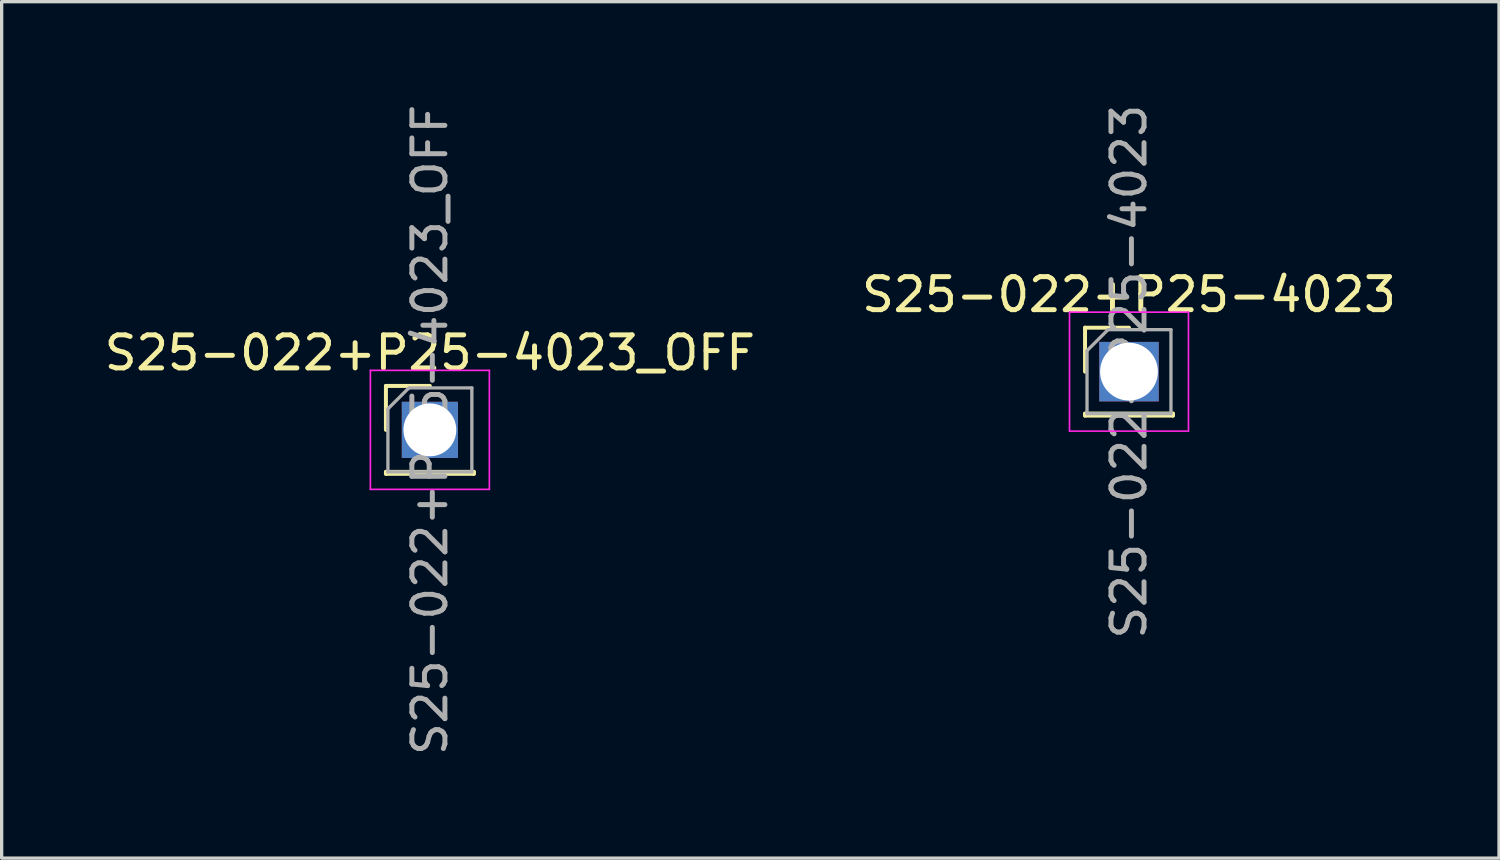
<source format=kicad_pcb>
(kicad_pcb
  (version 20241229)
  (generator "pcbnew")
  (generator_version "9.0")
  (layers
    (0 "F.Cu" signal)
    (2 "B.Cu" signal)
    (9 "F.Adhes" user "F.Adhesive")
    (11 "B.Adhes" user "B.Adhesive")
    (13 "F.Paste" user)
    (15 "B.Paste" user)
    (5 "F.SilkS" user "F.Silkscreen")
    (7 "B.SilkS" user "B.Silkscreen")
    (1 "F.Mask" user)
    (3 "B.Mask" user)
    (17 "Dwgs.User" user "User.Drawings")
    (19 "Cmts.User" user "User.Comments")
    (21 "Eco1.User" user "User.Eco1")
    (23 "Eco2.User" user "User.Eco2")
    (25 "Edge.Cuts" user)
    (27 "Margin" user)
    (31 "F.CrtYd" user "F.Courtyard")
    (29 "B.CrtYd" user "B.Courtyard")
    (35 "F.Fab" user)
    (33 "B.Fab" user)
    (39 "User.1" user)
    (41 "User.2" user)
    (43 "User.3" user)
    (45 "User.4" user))
  (footprint "S25-022+P25-4023_OFF"
    (layer "F.Cu")
    (at 9.958 9.958)
    (property "Reference" "S25-022+P25-4023_OFF" (at 0 -2.33 0) (layer "F.SilkS") (effects (font (size 1 1) (thickness 0.15))))
    (attr through_hole)
    (fp_line (start -1.33 -1.33) (end 0 -1.33) (stroke (width 0.12) (type solid)) (layer "F.SilkS"))
    (fp_line (start -1.33 0) (end -1.33 -1.33) (stroke (width 0.12) (type solid)) (layer "F.SilkS"))
    (fp_line (start -1.33 1.27) (end -1.33 1.33) (stroke (width 0.12) (type solid)) (layer "F.SilkS"))
    (fp_line (start -1.33 1.27) (end 1.33 1.27) (stroke (width 0.12) (type solid)) (layer "F.SilkS"))
    (fp_line (start -1.33 1.33) (end 1.33 1.33) (stroke (width 0.12) (type solid)) (layer "F.SilkS"))
    (fp_line (start 1.33 1.27) (end 1.33 1.33) (stroke (width 0.12) (type solid)) (layer "F.SilkS"))
    (fp_line (start -1.8 -1.8) (end -1.8 1.8) (stroke (width 0.05) (type solid)) (layer "F.CrtYd"))
    (fp_line (start -1.8 1.8) (end 1.8 1.8) (stroke (width 0.05) (type solid)) (layer "F.CrtYd"))
    (fp_line (start 1.8 -1.8) (end -1.8 -1.8) (stroke (width 0.05) (type solid)) (layer "F.CrtYd"))
    (fp_line (start 1.8 1.8) (end 1.8 -1.8) (stroke (width 0.05) (type solid)) (layer "F.CrtYd"))
    (fp_line (start -1.27 -0.635) (end -0.635 -1.27) (stroke (width 0.1) (type solid)) (layer "F.Fab"))
    (fp_line (start -1.27 1.27) (end -1.27 -0.635) (stroke (width 0.1) (type solid)) (layer "F.Fab"))
    (fp_line (start -0.635 -1.27) (end 1.27 -1.27) (stroke (width 0.1) (type solid)) (layer "F.Fab"))
    (fp_line (start 1.27 -1.27) (end 1.27 1.27) (stroke (width 0.1) (type solid)) (layer "F.Fab"))
    (fp_line (start 1.27 1.27) (end -1.27 1.27) (stroke (width 0.1) (type solid)) (layer "F.Fab"))
    (fp_text user "${REFERENCE}" (at 0 0 90) (layer "F.Fab") (effects (font (size 1 1) (thickness 0.15))))
    (pad "1" thru_hole rect (at 0 0) (size 1.7 1.7) (drill 1.6) (layers "*.Cu" "*.Mask")))
  (footprint "S25-022+P25-4023"
    (layer "F.Cu")
    (at 31.113 8.196)
    (property "Reference" "S25-022+P25-4023" (at 0 -2.33 0) (layer "F.SilkS") (effects (font (size 1 1) (thickness 0.15))))
    (attr through_hole)
    (fp_line (start -1.33 -1.33) (end 0 -1.33) (stroke (width 0.12) (type solid)) (layer "F.SilkS"))
    (fp_line (start -1.33 0) (end -1.33 -1.33) (stroke (width 0.12) (type solid)) (layer "F.SilkS"))
    (fp_line (start -1.33 1.27) (end -1.33 1.33) (stroke (width 0.12) (type solid)) (layer "F.SilkS"))
    (fp_line (start -1.33 1.27) (end 1.33 1.27) (stroke (width 0.12) (type solid)) (layer "F.SilkS"))
    (fp_line (start -1.33 1.33) (end 1.33 1.33) (stroke (width 0.12) (type solid)) (layer "F.SilkS"))
    (fp_line (start 1.33 1.27) (end 1.33 1.33) (stroke (width 0.12) (type solid)) (layer "F.SilkS"))
    (fp_line (start -1.8 -1.8) (end -1.8 1.8) (stroke (width 0.05) (type solid)) (layer "F.CrtYd"))
    (fp_line (start -1.8 1.8) (end 1.8 1.8) (stroke (width 0.05) (type solid)) (layer "F.CrtYd"))
    (fp_line (start 1.8 -1.8) (end -1.8 -1.8) (stroke (width 0.05) (type solid)) (layer "F.CrtYd"))
    (fp_line (start 1.8 1.8) (end 1.8 -1.8) (stroke (width 0.05) (type solid)) (layer "F.CrtYd"))
    (fp_line (start -1.27 -0.635) (end -0.635 -1.27) (stroke (width 0.1) (type solid)) (layer "F.Fab"))
    (fp_line (start -1.27 1.27) (end -1.27 -0.635) (stroke (width 0.1) (type solid)) (layer "F.Fab"))
    (fp_line (start -0.635 -1.27) (end 1.27 -1.27) (stroke (width 0.1) (type solid)) (layer "F.Fab"))
    (fp_line (start 1.27 -1.27) (end 1.27 1.27) (stroke (width 0.1) (type solid)) (layer "F.Fab"))
    (fp_line (start 1.27 1.27) (end -1.27 1.27) (stroke (width 0.1) (type solid)) (layer "F.Fab"))
    (fp_text user "${REFERENCE}" (at 0 0 90) (layer "F.Fab") (effects (font (size 1 1) (thickness 0.15))))
    (pad "1" thru_hole rect (at 0 0) (size 1.8 1.8) (drill 1.75) (layers "*.Cu" "*.Mask")))
  (gr_rect
    (start -3 -3)
    (end 42.31 22.917)
    (stroke (width 0.1) (type default))
    (fill no)
    (layer "Edge.Cuts")))
</source>
